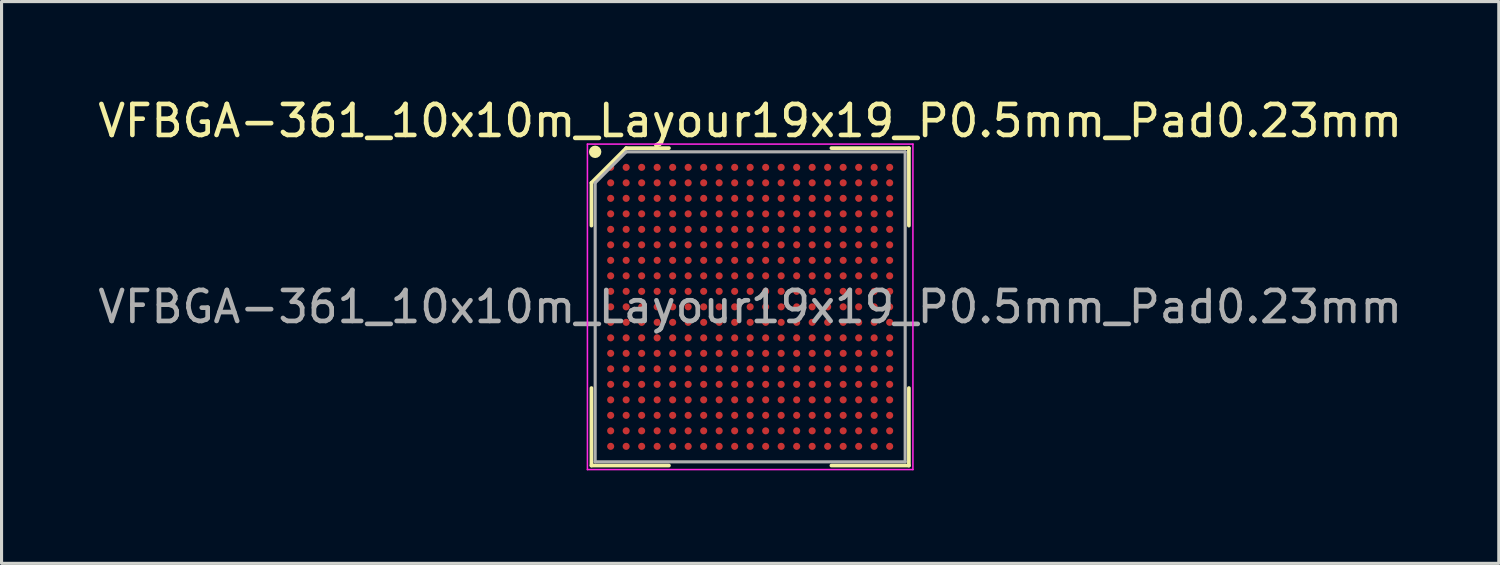
<source format=kicad_pcb>
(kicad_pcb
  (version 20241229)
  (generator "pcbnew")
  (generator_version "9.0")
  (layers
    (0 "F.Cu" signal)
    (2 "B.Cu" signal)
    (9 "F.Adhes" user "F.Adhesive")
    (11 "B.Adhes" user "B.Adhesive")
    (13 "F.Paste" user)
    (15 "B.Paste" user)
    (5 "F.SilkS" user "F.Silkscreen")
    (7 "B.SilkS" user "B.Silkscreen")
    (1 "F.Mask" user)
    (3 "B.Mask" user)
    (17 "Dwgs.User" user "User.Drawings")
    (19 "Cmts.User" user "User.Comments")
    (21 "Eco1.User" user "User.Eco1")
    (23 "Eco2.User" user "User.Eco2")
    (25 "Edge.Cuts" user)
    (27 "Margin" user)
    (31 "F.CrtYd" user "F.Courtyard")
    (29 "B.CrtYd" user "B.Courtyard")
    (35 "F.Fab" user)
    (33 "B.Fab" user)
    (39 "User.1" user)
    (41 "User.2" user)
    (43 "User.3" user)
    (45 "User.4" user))
  (footprint "VFBGA-361_10x10m_Layour19x19_P0.5mm_Pad0.23mm"
    (layer "F.Cu")
    (at 21.149 6.848)
    (property "Reference" "VFBGA-361_10x10m_Layour19x19_P0.5mm_Pad0.23mm" (at 0 -6 0) (layer "F.SilkS") (effects (font (size 1 1) (thickness 0.15))))
    (attr smd)
    (fp_line (start -5.12 -4) (end -5.12 -2.62) (stroke (width 0.12) (type default)) (layer "F.SilkS"))
    (fp_line (start -5.12 5.12) (end -5.12 2.62) (stroke (width 0.12) (type default)) (layer "F.SilkS"))
    (fp_line (start -4 -5.12) (end -5.12 -4) (stroke (width 0.12) (type default)) (layer "F.SilkS"))
    (fp_line (start -2.62 -5.12) (end -4 -5.12) (stroke (width 0.12) (type default)) (layer "F.SilkS"))
    (fp_line (start -2.62 5.12) (end -5.12 5.12) (stroke (width 0.12) (type default)) (layer "F.SilkS"))
    (fp_line (start 2.62 -5.12) (end 5.12 -5.12) (stroke (width 0.12) (type default)) (layer "F.SilkS"))
    (fp_line (start 2.62 5.12) (end 5.12 5.12) (stroke (width 0.12) (type default)) (layer "F.SilkS"))
    (fp_line (start 5.12 -5.12) (end 5.12 -2.62) (stroke (width 0.12) (type default)) (layer "F.SilkS"))
    (fp_line (start 5.12 5.12) (end 5.12 2.62) (stroke (width 0.12) (type default)) (layer "F.SilkS"))
    (fp_circle (center -5 -5) (end -5 -4.9) (stroke (width 0.2) (type default)) (fill no) (layer "F.SilkS"))
    (fp_line (start -5.25 -5.25) (end 5.25 -5.25) (stroke (width 0.05) (type default)) (layer "F.CrtYd"))
    (fp_line (start -5.25 5.25) (end -5.25 -5.25) (stroke (width 0.05) (type default)) (layer "F.CrtYd"))
    (fp_line (start 5.25 -5.25) (end 5.25 5.25) (stroke (width 0.05) (type default)) (layer "F.CrtYd"))
    (fp_line (start 5.25 5.25) (end -5.25 5.25) (stroke (width 0.05) (type default)) (layer "F.CrtYd"))
    (fp_line (start -5 -4) (end -5 5) (stroke (width 0.1) (type default)) (layer "F.Fab"))
    (fp_line (start -5 5) (end 5 5) (stroke (width 0.1) (type default)) (layer "F.Fab"))
    (fp_line (start -4 -5) (end -5 -4) (stroke (width 0.1) (type default)) (layer "F.Fab"))
    (fp_line (start 5 -5) (end -4 -5) (stroke (width 0.1) (type default)) (layer "F.Fab"))
    (fp_line (start 5 5) (end 5 -5) (stroke (width 0.1) (type default)) (layer "F.Fab"))
    (fp_text user "${REFERENCE}" (at 0 0 0) (layer "F.Fab") (effects (font (size 1 1) (thickness 0.15))))
    (pad "A1" smd circle (at -4.5 -4.5) (size 0.23 0.23) (layers "F.Cu" "F.Mask" "F.Paste"))
    (pad "A2" smd circle (at -4 -4.5) (size 0.23 0.23) (layers "F.Cu" "F.Mask" "F.Paste"))
    (pad "A3" smd circle (at -3.5 -4.5) (size 0.23 0.23) (layers "F.Cu" "F.Mask" "F.Paste"))
    (pad "A4" smd circle (at -3 -4.5) (size 0.23 0.23) (layers "F.Cu" "F.Mask" "F.Paste"))
    (pad "A5" smd circle (at -2.5 -4.5) (size 0.23 0.23) (layers "F.Cu" "F.Mask" "F.Paste"))
    (pad "A6" smd circle (at -2 -4.5) (size 0.23 0.23) (layers "F.Cu" "F.Mask" "F.Paste"))
    (pad "A7" smd circle (at -1.5 -4.5) (size 0.23 0.23) (layers "F.Cu" "F.Mask" "F.Paste"))
    (pad "A8" smd circle (at -1 -4.5) (size 0.23 0.23) (layers "F.Cu" "F.Mask" "F.Paste"))
    (pad "A9" smd circle (at -0.5 -4.5) (size 0.23 0.23) (layers "F.Cu" "F.Mask" "F.Paste"))
    (pad "A10" smd circle (at 0 -4.5) (size 0.23 0.23) (layers "F.Cu" "F.Mask" "F.Paste"))
    (pad "A11" smd circle (at 0.5 -4.5) (size 0.23 0.23) (layers "F.Cu" "F.Mask" "F.Paste"))
    (pad "A12" smd circle (at 1 -4.5) (size 0.23 0.23) (layers "F.Cu" "F.Mask" "F.Paste"))
    (pad "A13" smd circle (at 1.5 -4.5) (size 0.23 0.23) (layers "F.Cu" "F.Mask" "F.Paste"))
    (pad "A14" smd circle (at 2 -4.5) (size 0.23 0.23) (layers "F.Cu" "F.Mask" "F.Paste"))
    (pad "A15" smd circle (at 2.5 -4.5) (size 0.23 0.23) (layers "F.Cu" "F.Mask" "F.Paste"))
    (pad "A16" smd circle (at 3 -4.5) (size 0.23 0.23) (layers "F.Cu" "F.Mask" "F.Paste"))
    (pad "A17" smd circle (at 3.5 -4.5) (size 0.23 0.23) (layers "F.Cu" "F.Mask" "F.Paste"))
    (pad "A18" smd circle (at 4 -4.5) (size 0.23 0.23) (layers "F.Cu" "F.Mask" "F.Paste"))
    (pad "A19" smd circle (at 4.5 -4.5) (size 0.23 0.23) (layers "F.Cu" "F.Mask" "F.Paste"))
    (pad "B1" smd circle (at -4.5 -4) (size 0.23 0.23) (layers "F.Cu" "F.Mask" "F.Paste"))
    (pad "B2" smd circle (at -4 -4) (size 0.23 0.23) (layers "F.Cu" "F.Mask" "F.Paste"))
    (pad "B3" smd circle (at -3.5 -4) (size 0.23 0.23) (layers "F.Cu" "F.Mask" "F.Paste"))
    (pad "B4" smd circle (at -3 -4) (size 0.23 0.23) (layers "F.Cu" "F.Mask" "F.Paste"))
    (pad "B5" smd circle (at -2.5 -4) (size 0.23 0.23) (layers "F.Cu" "F.Mask" "F.Paste"))
    (pad "B6" smd circle (at -2 -4) (size 0.23 0.23) (layers "F.Cu" "F.Mask" "F.Paste"))
    (pad "B7" smd circle (at -1.5 -4) (size 0.23 0.23) (layers "F.Cu" "F.Mask" "F.Paste"))
    (pad "B8" smd circle (at -1 -4) (size 0.23 0.23) (layers "F.Cu" "F.Mask" "F.Paste"))
    (pad "B9" smd circle (at -0.5 -4) (size 0.23 0.23) (layers "F.Cu" "F.Mask" "F.Paste"))
    (pad "B10" smd circle (at 0 -4) (size 0.23 0.23) (layers "F.Cu" "F.Mask" "F.Paste"))
    (pad "B11" smd circle (at 0.5 -4) (size 0.23 0.23) (layers "F.Cu" "F.Mask" "F.Paste"))
    (pad "B12" smd circle (at 1 -4) (size 0.23 0.23) (layers "F.Cu" "F.Mask" "F.Paste"))
    (pad "B13" smd circle (at 1.5 -4) (size 0.23 0.23) (layers "F.Cu" "F.Mask" "F.Paste"))
    (pad "B14" smd circle (at 2 -4) (size 0.23 0.23) (layers "F.Cu" "F.Mask" "F.Paste"))
    (pad "B15" smd circle (at 2.5 -4) (size 0.23 0.23) (layers "F.Cu" "F.Mask" "F.Paste"))
    (pad "B16" smd circle (at 3 -4) (size 0.23 0.23) (layers "F.Cu" "F.Mask" "F.Paste"))
    (pad "B17" smd circle (at 3.5 -4) (size 0.23 0.23) (layers "F.Cu" "F.Mask" "F.Paste"))
    (pad "B18" smd circle (at 4 -4) (size 0.23 0.23) (layers "F.Cu" "F.Mask" "F.Paste"))
    (pad "B19" smd circle (at 4.5 -4) (size 0.23 0.23) (layers "F.Cu" "F.Mask" "F.Paste"))
    (pad "C1" smd circle (at -4.5 -3.5) (size 0.23 0.23) (layers "F.Cu" "F.Mask" "F.Paste"))
    (pad "C2" smd circle (at -4 -3.5) (size 0.23 0.23) (layers "F.Cu" "F.Mask" "F.Paste"))
    (pad "C3" smd circle (at -3.5 -3.5) (size 0.23 0.23) (layers "F.Cu" "F.Mask" "F.Paste"))
    (pad "C4" smd circle (at -3 -3.5) (size 0.23 0.23) (layers "F.Cu" "F.Mask" "F.Paste"))
    (pad "C5" smd circle (at -2.5 -3.5) (size 0.23 0.23) (layers "F.Cu" "F.Mask" "F.Paste"))
    (pad "C6" smd circle (at -2 -3.5) (size 0.23 0.23) (layers "F.Cu" "F.Mask" "F.Paste"))
    (pad "C7" smd circle (at -1.5 -3.5) (size 0.23 0.23) (layers "F.Cu" "F.Mask" "F.Paste"))
    (pad "C8" smd circle (at -1 -3.5) (size 0.23 0.23) (layers "F.Cu" "F.Mask" "F.Paste"))
    (pad "C9" smd circle (at -0.5 -3.5) (size 0.23 0.23) (layers "F.Cu" "F.Mask" "F.Paste"))
    (pad "C10" smd circle (at 0 -3.5) (size 0.23 0.23) (layers "F.Cu" "F.Mask" "F.Paste"))
    (pad "C11" smd circle (at 0.5 -3.5) (size 0.23 0.23) (layers "F.Cu" "F.Mask" "F.Paste"))
    (pad "C12" smd circle (at 1 -3.5) (size 0.23 0.23) (layers "F.Cu" "F.Mask" "F.Paste"))
    (pad "C13" smd circle (at 1.5 -3.5) (size 0.23 0.23) (layers "F.Cu" "F.Mask" "F.Paste"))
    (pad "C14" smd circle (at 2 -3.5) (size 0.23 0.23) (layers "F.Cu" "F.Mask" "F.Paste"))
    (pad "C15" smd circle (at 2.5 -3.5) (size 0.23 0.23) (layers "F.Cu" "F.Mask" "F.Paste"))
    (pad "C16" smd circle (at 3 -3.5) (size 0.23 0.23) (layers "F.Cu" "F.Mask" "F.Paste"))
    (pad "C17" smd circle (at 3.5 -3.5) (size 0.23 0.23) (layers "F.Cu" "F.Mask" "F.Paste"))
    (pad "C18" smd circle (at 4 -3.5) (size 0.23 0.23) (layers "F.Cu" "F.Mask" "F.Paste"))
    (pad "C19" smd circle (at 4.5 -3.5) (size 0.23 0.23) (layers "F.Cu" "F.Mask" "F.Paste"))
    (pad "D1" smd circle (at -4.5 -3) (size 0.23 0.23) (layers "F.Cu" "F.Mask" "F.Paste"))
    (pad "D2" smd circle (at -4 -3) (size 0.23 0.23) (layers "F.Cu" "F.Mask" "F.Paste"))
    (pad "D3" smd circle (at -3.5 -3) (size 0.23 0.23) (layers "F.Cu" "F.Mask" "F.Paste"))
    (pad "D4" smd circle (at -3 -3) (size 0.23 0.23) (layers "F.Cu" "F.Mask" "F.Paste"))
    (pad "D5" smd circle (at -2.5 -3) (size 0.23 0.23) (layers "F.Cu" "F.Mask" "F.Paste"))
    (pad "D6" smd circle (at -2 -3) (size 0.23 0.23) (layers "F.Cu" "F.Mask" "F.Paste"))
    (pad "D7" smd circle (at -1.5 -3) (size 0.23 0.23) (layers "F.Cu" "F.Mask" "F.Paste"))
    (pad "D8" smd circle (at -1 -3) (size 0.23 0.23) (layers "F.Cu" "F.Mask" "F.Paste"))
    (pad "D9" smd circle (at -0.5 -3) (size 0.23 0.23) (layers "F.Cu" "F.Mask" "F.Paste"))
    (pad "D10" smd circle (at 0 -3) (size 0.23 0.23) (layers "F.Cu" "F.Mask" "F.Paste"))
    (pad "D11" smd circle (at 0.5 -3) (size 0.23 0.23) (layers "F.Cu" "F.Mask" "F.Paste"))
    (pad "D12" smd circle (at 1 -3) (size 0.23 0.23) (layers "F.Cu" "F.Mask" "F.Paste"))
    (pad "D13" smd circle (at 1.5 -3) (size 0.23 0.23) (layers "F.Cu" "F.Mask" "F.Paste"))
    (pad "D14" smd circle (at 2 -3) (size 0.23 0.23) (layers "F.Cu" "F.Mask" "F.Paste"))
    (pad "D15" smd circle (at 2.5 -3) (size 0.23 0.23) (layers "F.Cu" "F.Mask" "F.Paste"))
    (pad "D16" smd circle (at 3 -3) (size 0.23 0.23) (layers "F.Cu" "F.Mask" "F.Paste"))
    (pad "D17" smd circle (at 3.5 -3) (size 0.23 0.23) (layers "F.Cu" "F.Mask" "F.Paste"))
    (pad "D18" smd circle (at 4 -3) (size 0.23 0.23) (layers "F.Cu" "F.Mask" "F.Paste"))
    (pad "D19" smd circle (at 4.5 -3) (size 0.23 0.23) (layers "F.Cu" "F.Mask" "F.Paste"))
    (pad "E1" smd circle (at -4.5 -2.5) (size 0.23 0.23) (layers "F.Cu" "F.Mask" "F.Paste"))
    (pad "E2" smd circle (at -4 -2.5) (size 0.23 0.23) (layers "F.Cu" "F.Mask" "F.Paste"))
    (pad "E3" smd circle (at -3.5 -2.5) (size 0.23 0.23) (layers "F.Cu" "F.Mask" "F.Paste"))
    (pad "E4" smd circle (at -3 -2.5) (size 0.23 0.23) (layers "F.Cu" "F.Mask" "F.Paste"))
    (pad "E5" smd circle (at -2.5 -2.5) (size 0.23 0.23) (layers "F.Cu" "F.Mask" "F.Paste"))
    (pad "E6" smd circle (at -2 -2.5) (size 0.23 0.23) (layers "F.Cu" "F.Mask" "F.Paste"))
    (pad "E7" smd circle (at -1.5 -2.5) (size 0.23 0.23) (layers "F.Cu" "F.Mask" "F.Paste"))
    (pad "E8" smd circle (at -1 -2.5) (size 0.23 0.23) (layers "F.Cu" "F.Mask" "F.Paste"))
    (pad "E9" smd circle (at -0.5 -2.5) (size 0.23 0.23) (layers "F.Cu" "F.Mask" "F.Paste"))
    (pad "E10" smd circle (at 0 -2.5) (size 0.23 0.23) (layers "F.Cu" "F.Mask" "F.Paste"))
    (pad "E11" smd circle (at 0.5 -2.5) (size 0.23 0.23) (layers "F.Cu" "F.Mask" "F.Paste"))
    (pad "E12" smd circle (at 1 -2.5) (size 0.23 0.23) (layers "F.Cu" "F.Mask" "F.Paste"))
    (pad "E13" smd circle (at 1.5 -2.5) (size 0.23 0.23) (layers "F.Cu" "F.Mask" "F.Paste"))
    (pad "E14" smd circle (at 2 -2.5) (size 0.23 0.23) (layers "F.Cu" "F.Mask" "F.Paste"))
    (pad "E15" smd circle (at 2.5 -2.5) (size 0.23 0.23) (layers "F.Cu" "F.Mask" "F.Paste"))
    (pad "E16" smd circle (at 3 -2.5) (size 0.23 0.23) (layers "F.Cu" "F.Mask" "F.Paste"))
    (pad "E17" smd circle (at 3.5 -2.5) (size 0.23 0.23) (layers "F.Cu" "F.Mask" "F.Paste"))
    (pad "E18" smd circle (at 4 -2.5) (size 0.23 0.23) (layers "F.Cu" "F.Mask" "F.Paste"))
    (pad "E19" smd circle (at 4.5 -2.5) (size 0.23 0.23) (layers "F.Cu" "F.Mask" "F.Paste"))
    (pad "F1" smd circle (at -4.5 -2) (size 0.23 0.23) (layers "F.Cu" "F.Mask" "F.Paste"))
    (pad "F2" smd circle (at -4 -2) (size 0.23 0.23) (layers "F.Cu" "F.Mask" "F.Paste"))
    (pad "F3" smd circle (at -3.5 -2) (size 0.23 0.23) (layers "F.Cu" "F.Mask" "F.Paste"))
    (pad "F4" smd circle (at -3 -2) (size 0.23 0.23) (layers "F.Cu" "F.Mask" "F.Paste"))
    (pad "F5" smd circle (at -2.5 -2) (size 0.23 0.23) (layers "F.Cu" "F.Mask" "F.Paste"))
    (pad "F6" smd circle (at -2 -2) (size 0.23 0.23) (layers "F.Cu" "F.Mask" "F.Paste"))
    (pad "F7" smd circle (at -1.5 -2) (size 0.23 0.23) (layers "F.Cu" "F.Mask" "F.Paste"))
    (pad "F8" smd circle (at -1 -2) (size 0.23 0.23) (layers "F.Cu" "F.Mask" "F.Paste"))
    (pad "F9" smd circle (at -0.5 -2) (size 0.23 0.23) (layers "F.Cu" "F.Mask" "F.Paste"))
    (pad "F10" smd circle (at 0 -2) (size 0.23 0.23) (layers "F.Cu" "F.Mask" "F.Paste"))
    (pad "F11" smd circle (at 0.5 -2) (size 0.23 0.23) (layers "F.Cu" "F.Mask" "F.Paste"))
    (pad "F12" smd circle (at 1 -2) (size 0.23 0.23) (layers "F.Cu" "F.Mask" "F.Paste"))
    (pad "F13" smd circle (at 1.5 -2) (size 0.23 0.23) (layers "F.Cu" "F.Mask" "F.Paste"))
    (pad "F14" smd circle (at 2 -2) (size 0.23 0.23) (layers "F.Cu" "F.Mask" "F.Paste"))
    (pad "F15" smd circle (at 2.5 -2) (size 0.23 0.23) (layers "F.Cu" "F.Mask" "F.Paste"))
    (pad "F16" smd circle (at 3 -2) (size 0.23 0.23) (layers "F.Cu" "F.Mask" "F.Paste"))
    (pad "F17" smd circle (at 3.5 -2) (size 0.23 0.23) (layers "F.Cu" "F.Mask" "F.Paste"))
    (pad "F18" smd circle (at 4 -2) (size 0.23 0.23) (layers "F.Cu" "F.Mask" "F.Paste"))
    (pad "F19" smd circle (at 4.5 -2) (size 0.23 0.23) (layers "F.Cu" "F.Mask" "F.Paste"))
    (pad "G1" smd circle (at -4.5 -1.5) (size 0.23 0.23) (layers "F.Cu" "F.Mask" "F.Paste"))
    (pad "G2" smd circle (at -4 -1.5) (size 0.23 0.23) (layers "F.Cu" "F.Mask" "F.Paste"))
    (pad "G3" smd circle (at -3.5 -1.5) (size 0.23 0.23) (layers "F.Cu" "F.Mask" "F.Paste"))
    (pad "G4" smd circle (at -3 -1.5) (size 0.23 0.23) (layers "F.Cu" "F.Mask" "F.Paste"))
    (pad "G5" smd circle (at -2.5 -1.5) (size 0.23 0.23) (layers "F.Cu" "F.Mask" "F.Paste"))
    (pad "G6" smd circle (at -2 -1.5) (size 0.23 0.23) (layers "F.Cu" "F.Mask" "F.Paste"))
    (pad "G7" smd circle (at -1.5 -1.5) (size 0.23 0.23) (layers "F.Cu" "F.Mask" "F.Paste"))
    (pad "G8" smd circle (at -1 -1.5) (size 0.23 0.23) (layers "F.Cu" "F.Mask" "F.Paste"))
    (pad "G9" smd circle (at -0.5 -1.5) (size 0.23 0.23) (layers "F.Cu" "F.Mask" "F.Paste"))
    (pad "G10" smd circle (at 0 -1.5) (size 0.23 0.23) (layers "F.Cu" "F.Mask" "F.Paste"))
    (pad "G11" smd circle (at 0.5 -1.5) (size 0.23 0.23) (layers "F.Cu" "F.Mask" "F.Paste"))
    (pad "G12" smd circle (at 1 -1.5) (size 0.23 0.23) (layers "F.Cu" "F.Mask" "F.Paste"))
    (pad "G13" smd circle (at 1.5 -1.5) (size 0.23 0.23) (layers "F.Cu" "F.Mask" "F.Paste"))
    (pad "G14" smd circle (at 2 -1.5) (size 0.23 0.23) (layers "F.Cu" "F.Mask" "F.Paste"))
    (pad "G15" smd circle (at 2.5 -1.5) (size 0.23 0.23) (layers "F.Cu" "F.Mask" "F.Paste"))
    (pad "G16" smd circle (at 3 -1.5) (size 0.23 0.23) (layers "F.Cu" "F.Mask" "F.Paste"))
    (pad "G17" smd circle (at 3.5 -1.5) (size 0.23 0.23) (layers "F.Cu" "F.Mask" "F.Paste"))
    (pad "G18" smd circle (at 4 -1.5) (size 0.23 0.23) (layers "F.Cu" "F.Mask" "F.Paste"))
    (pad "G19" smd circle (at 4.5 -1.5) (size 0.23 0.23) (layers "F.Cu" "F.Mask" "F.Paste"))
    (pad "H1" smd circle (at -4.5 -1) (size 0.23 0.23) (layers "F.Cu" "F.Mask" "F.Paste"))
    (pad "H2" smd circle (at -4 -1) (size 0.23 0.23) (layers "F.Cu" "F.Mask" "F.Paste"))
    (pad "H3" smd circle (at -3.5 -1) (size 0.23 0.23) (layers "F.Cu" "F.Mask" "F.Paste"))
    (pad "H4" smd circle (at -3 -1) (size 0.23 0.23) (layers "F.Cu" "F.Mask" "F.Paste"))
    (pad "H5" smd circle (at -2.5 -1) (size 0.23 0.23) (layers "F.Cu" "F.Mask" "F.Paste"))
    (pad "H6" smd circle (at -2 -1) (size 0.23 0.23) (layers "F.Cu" "F.Mask" "F.Paste"))
    (pad "H7" smd circle (at -1.5 -1) (size 0.23 0.23) (layers "F.Cu" "F.Mask" "F.Paste"))
    (pad "H8" smd circle (at -1 -1) (size 0.23 0.23) (layers "F.Cu" "F.Mask" "F.Paste"))
    (pad "H9" smd circle (at -0.5 -1) (size 0.23 0.23) (layers "F.Cu" "F.Mask" "F.Paste"))
    (pad "H10" smd circle (at 0 -1) (size 0.23 0.23) (layers "F.Cu" "F.Mask" "F.Paste"))
    (pad "H11" smd circle (at 0.5 -1) (size 0.23 0.23) (layers "F.Cu" "F.Mask" "F.Paste"))
    (pad "H12" smd circle (at 1 -1) (size 0.23 0.23) (layers "F.Cu" "F.Mask" "F.Paste"))
    (pad "H13" smd circle (at 1.5 -1) (size 0.23 0.23) (layers "F.Cu" "F.Mask" "F.Paste"))
    (pad "H14" smd circle (at 2 -1) (size 0.23 0.23) (layers "F.Cu" "F.Mask" "F.Paste"))
    (pad "H15" smd circle (at 2.5 -1) (size 0.23 0.23) (layers "F.Cu" "F.Mask" "F.Paste"))
    (pad "H16" smd circle (at 3 -1) (size 0.23 0.23) (layers "F.Cu" "F.Mask" "F.Paste"))
    (pad "H17" smd circle (at 3.5 -1) (size 0.23 0.23) (layers "F.Cu" "F.Mask" "F.Paste"))
    (pad "H18" smd circle (at 4 -1) (size 0.23 0.23) (layers "F.Cu" "F.Mask" "F.Paste"))
    (pad "H19" smd circle (at 4.5 -1) (size 0.23 0.23) (layers "F.Cu" "F.Mask" "F.Paste"))
    (pad "J1" smd circle (at -4.5 -0.5) (size 0.23 0.23) (layers "F.Cu" "F.Mask" "F.Paste"))
    (pad "J2" smd circle (at -4 -0.5) (size 0.23 0.23) (layers "F.Cu" "F.Mask" "F.Paste"))
    (pad "J3" smd circle (at -3.5 -0.5) (size 0.23 0.23) (layers "F.Cu" "F.Mask" "F.Paste"))
    (pad "J4" smd circle (at -3 -0.5) (size 0.23 0.23) (layers "F.Cu" "F.Mask" "F.Paste"))
    (pad "J5" smd circle (at -2.5 -0.5) (size 0.23 0.23) (layers "F.Cu" "F.Mask" "F.Paste"))
    (pad "J6" smd circle (at -2 -0.5) (size 0.23 0.23) (layers "F.Cu" "F.Mask" "F.Paste"))
    (pad "J7" smd circle (at -1.5 -0.5) (size 0.23 0.23) (layers "F.Cu" "F.Mask" "F.Paste"))
    (pad "J8" smd circle (at -1 -0.5) (size 0.23 0.23) (layers "F.Cu" "F.Mask" "F.Paste"))
    (pad "J9" smd circle (at -0.5 -0.5) (size 0.23 0.23) (layers "F.Cu" "F.Mask" "F.Paste"))
    (pad "J10" smd circle (at 0 -0.5) (size 0.23 0.23) (layers "F.Cu" "F.Mask" "F.Paste"))
    (pad "J11" smd circle (at 0.5 -0.5) (size 0.23 0.23) (layers "F.Cu" "F.Mask" "F.Paste"))
    (pad "J12" smd circle (at 1 -0.5) (size 0.23 0.23) (layers "F.Cu" "F.Mask" "F.Paste"))
    (pad "J13" smd circle (at 1.5 -0.5) (size 0.23 0.23) (layers "F.Cu" "F.Mask" "F.Paste"))
    (pad "J14" smd circle (at 2 -0.5) (size 0.23 0.23) (layers "F.Cu" "F.Mask" "F.Paste"))
    (pad "J15" smd circle (at 2.5 -0.5) (size 0.23 0.23) (layers "F.Cu" "F.Mask" "F.Paste"))
    (pad "J16" smd circle (at 3 -0.5) (size 0.23 0.23) (layers "F.Cu" "F.Mask" "F.Paste"))
    (pad "J17" smd circle (at 3.5 -0.5) (size 0.23 0.23) (layers "F.Cu" "F.Mask" "F.Paste"))
    (pad "J18" smd circle (at 4 -0.5) (size 0.23 0.23) (layers "F.Cu" "F.Mask" "F.Paste"))
    (pad "J19" smd circle (at 4.5 -0.5) (size 0.23 0.23) (layers "F.Cu" "F.Mask" "F.Paste"))
    (pad "K1" smd circle (at -4.5 0) (size 0.23 0.23) (layers "F.Cu" "F.Mask" "F.Paste"))
    (pad "K2" smd circle (at -4 0) (size 0.23 0.23) (layers "F.Cu" "F.Mask" "F.Paste"))
    (pad "K3" smd circle (at -3.5 0) (size 0.23 0.23) (layers "F.Cu" "F.Mask" "F.Paste"))
    (pad "K4" smd circle (at -3 0) (size 0.23 0.23) (layers "F.Cu" "F.Mask" "F.Paste"))
    (pad "K5" smd circle (at -2.5 0) (size 0.23 0.23) (layers "F.Cu" "F.Mask" "F.Paste"))
    (pad "K6" smd circle (at -2 0) (size 0.23 0.23) (layers "F.Cu" "F.Mask" "F.Paste"))
    (pad "K7" smd circle (at -1.5 0) (size 0.23 0.23) (layers "F.Cu" "F.Mask" "F.Paste"))
    (pad "K8" smd circle (at -1 0) (size 0.23 0.23) (layers "F.Cu" "F.Mask" "F.Paste"))
    (pad "K9" smd circle (at -0.5 0) (size 0.23 0.23) (layers "F.Cu" "F.Mask" "F.Paste"))
    (pad "K10" smd circle (at 0 0) (size 0.23 0.23) (layers "F.Cu" "F.Mask" "F.Paste"))
    (pad "K11" smd circle (at 0.5 0) (size 0.23 0.23) (layers "F.Cu" "F.Mask" "F.Paste"))
    (pad "K12" smd circle (at 1 0) (size 0.23 0.23) (layers "F.Cu" "F.Mask" "F.Paste"))
    (pad "K13" smd circle (at 1.5 0) (size 0.23 0.23) (layers "F.Cu" "F.Mask" "F.Paste"))
    (pad "K14" smd circle (at 2 0) (size 0.23 0.23) (layers "F.Cu" "F.Mask" "F.Paste"))
    (pad "K15" smd circle (at 2.5 0) (size 0.23 0.23) (layers "F.Cu" "F.Mask" "F.Paste"))
    (pad "K16" smd circle (at 3 0) (size 0.23 0.23) (layers "F.Cu" "F.Mask" "F.Paste"))
    (pad "K17" smd circle (at 3.5 0) (size 0.23 0.23) (layers "F.Cu" "F.Mask" "F.Paste"))
    (pad "K18" smd circle (at 4 0) (size 0.23 0.23) (layers "F.Cu" "F.Mask" "F.Paste"))
    (pad "K19" smd circle (at 4.5 0) (size 0.23 0.23) (layers "F.Cu" "F.Mask" "F.Paste"))
    (pad "L1" smd circle (at -4.5 0.5) (size 0.23 0.23) (layers "F.Cu" "F.Mask" "F.Paste"))
    (pad "L2" smd circle (at -4 0.5) (size 0.23 0.23) (layers "F.Cu" "F.Mask" "F.Paste"))
    (pad "L3" smd circle (at -3.5 0.5) (size 0.23 0.23) (layers "F.Cu" "F.Mask" "F.Paste"))
    (pad "L4" smd circle (at -3 0.5) (size 0.23 0.23) (layers "F.Cu" "F.Mask" "F.Paste"))
    (pad "L5" smd circle (at -2.5 0.5) (size 0.23 0.23) (layers "F.Cu" "F.Mask" "F.Paste"))
    (pad "L6" smd circle (at -2 0.5) (size 0.23 0.23) (layers "F.Cu" "F.Mask" "F.Paste"))
    (pad "L7" smd circle (at -1.5 0.5) (size 0.23 0.23) (layers "F.Cu" "F.Mask" "F.Paste"))
    (pad "L8" smd circle (at -1 0.5) (size 0.23 0.23) (layers "F.Cu" "F.Mask" "F.Paste"))
    (pad "L9" smd circle (at -0.5 0.5) (size 0.23 0.23) (layers "F.Cu" "F.Mask" "F.Paste"))
    (pad "L10" smd circle (at 0 0.5) (size 0.23 0.23) (layers "F.Cu" "F.Mask" "F.Paste"))
    (pad "L11" smd circle (at 0.5 0.5) (size 0.23 0.23) (layers "F.Cu" "F.Mask" "F.Paste"))
    (pad "L12" smd circle (at 1 0.5) (size 0.23 0.23) (layers "F.Cu" "F.Mask" "F.Paste"))
    (pad "L13" smd circle (at 1.5 0.5) (size 0.23 0.23) (layers "F.Cu" "F.Mask" "F.Paste"))
    (pad "L14" smd circle (at 2 0.5) (size 0.23 0.23) (layers "F.Cu" "F.Mask" "F.Paste"))
    (pad "L15" smd circle (at 2.5 0.5) (size 0.23 0.23) (layers "F.Cu" "F.Mask" "F.Paste"))
    (pad "L16" smd circle (at 3 0.5) (size 0.23 0.23) (layers "F.Cu" "F.Mask" "F.Paste"))
    (pad "L17" smd circle (at 3.5 0.5) (size 0.23 0.23) (layers "F.Cu" "F.Mask" "F.Paste"))
    (pad "L18" smd circle (at 4 0.5) (size 0.23 0.23) (layers "F.Cu" "F.Mask" "F.Paste"))
    (pad "L19" smd circle (at 4.5 0.5) (size 0.23 0.23) (layers "F.Cu" "F.Mask" "F.Paste"))
    (pad "M1" smd circle (at -4.5 1) (size 0.23 0.23) (layers "F.Cu" "F.Mask" "F.Paste"))
    (pad "M2" smd circle (at -4 1) (size 0.23 0.23) (layers "F.Cu" "F.Mask" "F.Paste"))
    (pad "M3" smd circle (at -3.5 1) (size 0.23 0.23) (layers "F.Cu" "F.Mask" "F.Paste"))
    (pad "M4" smd circle (at -3 1) (size 0.23 0.23) (layers "F.Cu" "F.Mask" "F.Paste"))
    (pad "M5" smd circle (at -2.5 1) (size 0.23 0.23) (layers "F.Cu" "F.Mask" "F.Paste"))
    (pad "M6" smd circle (at -2 1) (size 0.23 0.23) (layers "F.Cu" "F.Mask" "F.Paste"))
    (pad "M7" smd circle (at -1.5 1) (size 0.23 0.23) (layers "F.Cu" "F.Mask" "F.Paste"))
    (pad "M8" smd circle (at -1 1) (size 0.23 0.23) (layers "F.Cu" "F.Mask" "F.Paste"))
    (pad "M9" smd circle (at -0.5 1) (size 0.23 0.23) (layers "F.Cu" "F.Mask" "F.Paste"))
    (pad "M10" smd circle (at 0 1) (size 0.23 0.23) (layers "F.Cu" "F.Mask" "F.Paste"))
    (pad "M11" smd circle (at 0.5 1) (size 0.23 0.23) (layers "F.Cu" "F.Mask" "F.Paste"))
    (pad "M12" smd circle (at 1 1) (size 0.23 0.23) (layers "F.Cu" "F.Mask" "F.Paste"))
    (pad "M13" smd circle (at 1.5 1) (size 0.23 0.23) (layers "F.Cu" "F.Mask" "F.Paste"))
    (pad "M14" smd circle (at 2 1) (size 0.23 0.23) (layers "F.Cu" "F.Mask" "F.Paste"))
    (pad "M15" smd circle (at 2.5 1) (size 0.23 0.23) (layers "F.Cu" "F.Mask" "F.Paste"))
    (pad "M16" smd circle (at 3 1) (size 0.23 0.23) (layers "F.Cu" "F.Mask" "F.Paste"))
    (pad "M17" smd circle (at 3.5 1) (size 0.23 0.23) (layers "F.Cu" "F.Mask" "F.Paste"))
    (pad "M18" smd circle (at 4 1) (size 0.23 0.23) (layers "F.Cu" "F.Mask" "F.Paste"))
    (pad "M19" smd circle (at 4.5 1) (size 0.23 0.23) (layers "F.Cu" "F.Mask" "F.Paste"))
    (pad "N1" smd circle (at -4.5 1.5) (size 0.23 0.23) (layers "F.Cu" "F.Mask" "F.Paste"))
    (pad "N2" smd circle (at -4 1.5) (size 0.23 0.23) (layers "F.Cu" "F.Mask" "F.Paste"))
    (pad "N3" smd circle (at -3.5 1.5) (size 0.23 0.23) (layers "F.Cu" "F.Mask" "F.Paste"))
    (pad "N4" smd circle (at -3 1.5) (size 0.23 0.23) (layers "F.Cu" "F.Mask" "F.Paste"))
    (pad "N5" smd circle (at -2.5 1.5) (size 0.23 0.23) (layers "F.Cu" "F.Mask" "F.Paste"))
    (pad "N6" smd circle (at -2 1.5) (size 0.23 0.23) (layers "F.Cu" "F.Mask" "F.Paste"))
    (pad "N7" smd circle (at -1.5 1.5) (size 0.23 0.23) (layers "F.Cu" "F.Mask" "F.Paste"))
    (pad "N8" smd circle (at -1 1.5) (size 0.23 0.23) (layers "F.Cu" "F.Mask" "F.Paste"))
    (pad "N9" smd circle (at -0.5 1.5) (size 0.23 0.23) (layers "F.Cu" "F.Mask" "F.Paste"))
    (pad "N10" smd circle (at 0 1.5) (size 0.23 0.23) (layers "F.Cu" "F.Mask" "F.Paste"))
    (pad "N11" smd circle (at 0.5 1.5) (size 0.23 0.23) (layers "F.Cu" "F.Mask" "F.Paste"))
    (pad "N12" smd circle (at 1 1.5) (size 0.23 0.23) (layers "F.Cu" "F.Mask" "F.Paste"))
    (pad "N13" smd circle (at 1.5 1.5) (size 0.23 0.23) (layers "F.Cu" "F.Mask" "F.Paste"))
    (pad "N14" smd circle (at 2 1.5) (size 0.23 0.23) (layers "F.Cu" "F.Mask" "F.Paste"))
    (pad "N15" smd circle (at 2.5 1.5) (size 0.23 0.23) (layers "F.Cu" "F.Mask" "F.Paste"))
    (pad "N16" smd circle (at 3 1.5) (size 0.23 0.23) (layers "F.Cu" "F.Mask" "F.Paste"))
    (pad "N17" smd circle (at 3.5 1.5) (size 0.23 0.23) (layers "F.Cu" "F.Mask" "F.Paste"))
    (pad "N18" smd circle (at 4 1.5) (size 0.23 0.23) (layers "F.Cu" "F.Mask" "F.Paste"))
    (pad "N19" smd circle (at 4.5 1.5) (size 0.23 0.23) (layers "F.Cu" "F.Mask" "F.Paste"))
    (pad "P1" smd circle (at -4.5 2) (size 0.23 0.23) (layers "F.Cu" "F.Mask" "F.Paste"))
    (pad "P2" smd circle (at -4 2) (size 0.23 0.23) (layers "F.Cu" "F.Mask" "F.Paste"))
    (pad "P3" smd circle (at -3.5 2) (size 0.23 0.23) (layers "F.Cu" "F.Mask" "F.Paste"))
    (pad "P4" smd circle (at -3 2) (size 0.23 0.23) (layers "F.Cu" "F.Mask" "F.Paste"))
    (pad "P5" smd circle (at -2.5 2) (size 0.23 0.23) (layers "F.Cu" "F.Mask" "F.Paste"))
    (pad "P6" smd circle (at -2 2) (size 0.23 0.23) (layers "F.Cu" "F.Mask" "F.Paste"))
    (pad "P7" smd circle (at -1.5 2) (size 0.23 0.23) (layers "F.Cu" "F.Mask" "F.Paste"))
    (pad "P8" smd circle (at -1 2) (size 0.23 0.23) (layers "F.Cu" "F.Mask" "F.Paste"))
    (pad "P9" smd circle (at -0.5 2) (size 0.23 0.23) (layers "F.Cu" "F.Mask" "F.Paste"))
    (pad "P10" smd circle (at 0 2) (size 0.23 0.23) (layers "F.Cu" "F.Mask" "F.Paste"))
    (pad "P11" smd circle (at 0.5 2) (size 0.23 0.23) (layers "F.Cu" "F.Mask" "F.Paste"))
    (pad "P12" smd circle (at 1 2) (size 0.23 0.23) (layers "F.Cu" "F.Mask" "F.Paste"))
    (pad "P13" smd circle (at 1.5 2) (size 0.23 0.23) (layers "F.Cu" "F.Mask" "F.Paste"))
    (pad "P14" smd circle (at 2 2) (size 0.23 0.23) (layers "F.Cu" "F.Mask" "F.Paste"))
    (pad "P15" smd circle (at 2.5 2) (size 0.23 0.23) (layers "F.Cu" "F.Mask" "F.Paste"))
    (pad "P16" smd circle (at 3 2) (size 0.23 0.23) (layers "F.Cu" "F.Mask" "F.Paste"))
    (pad "P17" smd circle (at 3.5 2) (size 0.23 0.23) (layers "F.Cu" "F.Mask" "F.Paste"))
    (pad "P18" smd circle (at 4 2) (size 0.23 0.23) (layers "F.Cu" "F.Mask" "F.Paste"))
    (pad "P19" smd circle (at 4.5 2) (size 0.23 0.23) (layers "F.Cu" "F.Mask" "F.Paste"))
    (pad "R1" smd circle (at -4.5 2.5) (size 0.23 0.23) (layers "F.Cu" "F.Mask" "F.Paste"))
    (pad "R2" smd circle (at -4 2.5) (size 0.23 0.23) (layers "F.Cu" "F.Mask" "F.Paste"))
    (pad "R3" smd circle (at -3.5 2.5) (size 0.23 0.23) (layers "F.Cu" "F.Mask" "F.Paste"))
    (pad "R4" smd circle (at -3 2.5) (size 0.23 0.23) (layers "F.Cu" "F.Mask" "F.Paste"))
    (pad "R5" smd circle (at -2.5 2.5) (size 0.23 0.23) (layers "F.Cu" "F.Mask" "F.Paste"))
    (pad "R6" smd circle (at -2 2.5) (size 0.23 0.23) (layers "F.Cu" "F.Mask" "F.Paste"))
    (pad "R7" smd circle (at -1.5 2.5) (size 0.23 0.23) (layers "F.Cu" "F.Mask" "F.Paste"))
    (pad "R8" smd circle (at -1 2.5) (size 0.23 0.23) (layers "F.Cu" "F.Mask" "F.Paste"))
    (pad "R9" smd circle (at -0.5 2.5) (size 0.23 0.23) (layers "F.Cu" "F.Mask" "F.Paste"))
    (pad "R10" smd circle (at 0 2.5) (size 0.23 0.23) (layers "F.Cu" "F.Mask" "F.Paste"))
    (pad "R11" smd circle (at 0.5 2.5) (size 0.23 0.23) (layers "F.Cu" "F.Mask" "F.Paste"))
    (pad "R12" smd circle (at 1 2.5) (size 0.23 0.23) (layers "F.Cu" "F.Mask" "F.Paste"))
    (pad "R13" smd circle (at 1.5 2.5) (size 0.23 0.23) (layers "F.Cu" "F.Mask" "F.Paste"))
    (pad "R14" smd circle (at 2 2.5) (size 0.23 0.23) (layers "F.Cu" "F.Mask" "F.Paste"))
    (pad "R15" smd circle (at 2.5 2.5) (size 0.23 0.23) (layers "F.Cu" "F.Mask" "F.Paste"))
    (pad "R16" smd circle (at 3 2.5) (size 0.23 0.23) (layers "F.Cu" "F.Mask" "F.Paste"))
    (pad "R17" smd circle (at 3.5 2.5) (size 0.23 0.23) (layers "F.Cu" "F.Mask" "F.Paste"))
    (pad "R18" smd circle (at 4 2.5) (size 0.23 0.23) (layers "F.Cu" "F.Mask" "F.Paste"))
    (pad "R19" smd circle (at 4.5 2.5) (size 0.23 0.23) (layers "F.Cu" "F.Mask" "F.Paste"))
    (pad "T1" smd circle (at -4.5 3) (size 0.23 0.23) (layers "F.Cu" "F.Mask" "F.Paste"))
    (pad "T2" smd circle (at -4 3) (size 0.23 0.23) (layers "F.Cu" "F.Mask" "F.Paste"))
    (pad "T3" smd circle (at -3.5 3) (size 0.23 0.23) (layers "F.Cu" "F.Mask" "F.Paste"))
    (pad "T4" smd circle (at -3 3) (size 0.23 0.23) (layers "F.Cu" "F.Mask" "F.Paste"))
    (pad "T5" smd circle (at -2.5 3) (size 0.23 0.23) (layers "F.Cu" "F.Mask" "F.Paste"))
    (pad "T6" smd circle (at -2 3) (size 0.23 0.23) (layers "F.Cu" "F.Mask" "F.Paste"))
    (pad "T7" smd circle (at -1.5 3) (size 0.23 0.23) (layers "F.Cu" "F.Mask" "F.Paste"))
    (pad "T8" smd circle (at -1 3) (size 0.23 0.23) (layers "F.Cu" "F.Mask" "F.Paste"))
    (pad "T9" smd circle (at -0.5 3) (size 0.23 0.23) (layers "F.Cu" "F.Mask" "F.Paste"))
    (pad "T10" smd circle (at 0 3) (size 0.23 0.23) (layers "F.Cu" "F.Mask" "F.Paste"))
    (pad "T11" smd circle (at 0.5 3) (size 0.23 0.23) (layers "F.Cu" "F.Mask" "F.Paste"))
    (pad "T12" smd circle (at 1 3) (size 0.23 0.23) (layers "F.Cu" "F.Mask" "F.Paste"))
    (pad "T13" smd circle (at 1.5 3) (size 0.23 0.23) (layers "F.Cu" "F.Mask" "F.Paste"))
    (pad "T14" smd circle (at 2 3) (size 0.23 0.23) (layers "F.Cu" "F.Mask" "F.Paste"))
    (pad "T15" smd circle (at 2.5 3) (size 0.23 0.23) (layers "F.Cu" "F.Mask" "F.Paste"))
    (pad "T16" smd circle (at 3 3) (size 0.23 0.23) (layers "F.Cu" "F.Mask" "F.Paste"))
    (pad "T17" smd circle (at 3.5 3) (size 0.23 0.23) (layers "F.Cu" "F.Mask" "F.Paste"))
    (pad "T18" smd circle (at 4 3) (size 0.23 0.23) (layers "F.Cu" "F.Mask" "F.Paste"))
    (pad "T19" smd circle (at 4.5 3) (size 0.23 0.23) (layers "F.Cu" "F.Mask" "F.Paste"))
    (pad "U1" smd circle (at -4.5 3.5) (size 0.23 0.23) (layers "F.Cu" "F.Mask" "F.Paste"))
    (pad "U2" smd circle (at -4 3.5) (size 0.23 0.23) (layers "F.Cu" "F.Mask" "F.Paste"))
    (pad "U3" smd circle (at -3.5 3.5) (size 0.23 0.23) (layers "F.Cu" "F.Mask" "F.Paste"))
    (pad "U4" smd circle (at -3 3.5) (size 0.23 0.23) (layers "F.Cu" "F.Mask" "F.Paste"))
    (pad "U5" smd circle (at -2.5 3.5) (size 0.23 0.23) (layers "F.Cu" "F.Mask" "F.Paste"))
    (pad "U6" smd circle (at -2 3.5) (size 0.23 0.23) (layers "F.Cu" "F.Mask" "F.Paste"))
    (pad "U7" smd circle (at -1.5 3.5) (size 0.23 0.23) (layers "F.Cu" "F.Mask" "F.Paste"))
    (pad "U8" smd circle (at -1 3.5) (size 0.23 0.23) (layers "F.Cu" "F.Mask" "F.Paste"))
    (pad "U9" smd circle (at -0.5 3.5) (size 0.23 0.23) (layers "F.Cu" "F.Mask" "F.Paste"))
    (pad "U10" smd circle (at 0 3.5) (size 0.23 0.23) (layers "F.Cu" "F.Mask" "F.Paste"))
    (pad "U11" smd circle (at 0.5 3.5) (size 0.23 0.23) (layers "F.Cu" "F.Mask" "F.Paste"))
    (pad "U12" smd circle (at 1 3.5) (size 0.23 0.23) (layers "F.Cu" "F.Mask" "F.Paste"))
    (pad "U13" smd circle (at 1.5 3.5) (size 0.23 0.23) (layers "F.Cu" "F.Mask" "F.Paste"))
    (pad "U14" smd circle (at 2 3.5) (size 0.23 0.23) (layers "F.Cu" "F.Mask" "F.Paste"))
    (pad "U15" smd circle (at 2.5 3.5) (size 0.23 0.23) (layers "F.Cu" "F.Mask" "F.Paste"))
    (pad "U16" smd circle (at 3 3.5) (size 0.23 0.23) (layers "F.Cu" "F.Mask" "F.Paste"))
    (pad "U17" smd circle (at 3.5 3.5) (size 0.23 0.23) (layers "F.Cu" "F.Mask" "F.Paste"))
    (pad "U18" smd circle (at 4 3.5) (size 0.23 0.23) (layers "F.Cu" "F.Mask" "F.Paste"))
    (pad "U19" smd circle (at 4.5 3.5) (size 0.23 0.23) (layers "F.Cu" "F.Mask" "F.Paste"))
    (pad "V1" smd circle (at -4.5 4) (size 0.23 0.23) (layers "F.Cu" "F.Mask" "F.Paste"))
    (pad "V2" smd circle (at -4 4) (size 0.23 0.23) (layers "F.Cu" "F.Mask" "F.Paste"))
    (pad "V3" smd circle (at -3.5 4) (size 0.23 0.23) (layers "F.Cu" "F.Mask" "F.Paste"))
    (pad "V4" smd circle (at -3 4) (size 0.23 0.23) (layers "F.Cu" "F.Mask" "F.Paste"))
    (pad "V5" smd circle (at -2.5 4) (size 0.23 0.23) (layers "F.Cu" "F.Mask" "F.Paste"))
    (pad "V6" smd circle (at -2 4) (size 0.23 0.23) (layers "F.Cu" "F.Mask" "F.Paste"))
    (pad "V7" smd circle (at -1.5 4) (size 0.23 0.23) (layers "F.Cu" "F.Mask" "F.Paste"))
    (pad "V8" smd circle (at -1 4) (size 0.23 0.23) (layers "F.Cu" "F.Mask" "F.Paste"))
    (pad "V9" smd circle (at -0.5 4) (size 0.23 0.23) (layers "F.Cu" "F.Mask" "F.Paste"))
    (pad "V10" smd circle (at 0 4) (size 0.23 0.23) (layers "F.Cu" "F.Mask" "F.Paste"))
    (pad "V11" smd circle (at 0.5 4) (size 0.23 0.23) (layers "F.Cu" "F.Mask" "F.Paste"))
    (pad "V12" smd circle (at 1 4) (size 0.23 0.23) (layers "F.Cu" "F.Mask" "F.Paste"))
    (pad "V13" smd circle (at 1.5 4) (size 0.23 0.23) (layers "F.Cu" "F.Mask" "F.Paste"))
    (pad "V14" smd circle (at 2 4) (size 0.23 0.23) (layers "F.Cu" "F.Mask" "F.Paste"))
    (pad "V15" smd circle (at 2.5 4) (size 0.23 0.23) (layers "F.Cu" "F.Mask" "F.Paste"))
    (pad "V16" smd circle (at 3 4) (size 0.23 0.23) (layers "F.Cu" "F.Mask" "F.Paste"))
    (pad "V17" smd circle (at 3.5 4) (size 0.23 0.23) (layers "F.Cu" "F.Mask" "F.Paste"))
    (pad "V18" smd circle (at 4 4) (size 0.23 0.23) (layers "F.Cu" "F.Mask" "F.Paste"))
    (pad "V19" smd circle (at 4.5 4) (size 0.23 0.23) (layers "F.Cu" "F.Mask" "F.Paste"))
    (pad "W1" smd circle (at -4.5 4.5) (size 0.23 0.23) (layers "F.Cu" "F.Mask" "F.Paste"))
    (pad "W2" smd circle (at -4 4.5) (size 0.23 0.23) (layers "F.Cu" "F.Mask" "F.Paste"))
    (pad "W3" smd circle (at -3.5 4.5) (size 0.23 0.23) (layers "F.Cu" "F.Mask" "F.Paste"))
    (pad "W4" smd circle (at -3 4.5) (size 0.23 0.23) (layers "F.Cu" "F.Mask" "F.Paste"))
    (pad "W5" smd circle (at -2.5 4.5) (size 0.23 0.23) (layers "F.Cu" "F.Mask" "F.Paste"))
    (pad "W6" smd circle (at -2 4.5) (size 0.23 0.23) (layers "F.Cu" "F.Mask" "F.Paste"))
    (pad "W7" smd circle (at -1.5 4.5) (size 0.23 0.23) (layers "F.Cu" "F.Mask" "F.Paste"))
    (pad "W8" smd circle (at -1 4.5) (size 0.23 0.23) (layers "F.Cu" "F.Mask" "F.Paste"))
    (pad "W9" smd circle (at -0.5 4.5) (size 0.23 0.23) (layers "F.Cu" "F.Mask" "F.Paste"))
    (pad "W10" smd circle (at 0 4.5) (size 0.23 0.23) (layers "F.Cu" "F.Mask" "F.Paste"))
    (pad "W11" smd circle (at 0.5 4.5) (size 0.23 0.23) (layers "F.Cu" "F.Mask" "F.Paste"))
    (pad "W12" smd circle (at 1 4.5) (size 0.23 0.23) (layers "F.Cu" "F.Mask" "F.Paste"))
    (pad "W13" smd circle (at 1.5 4.5) (size 0.23 0.23) (layers "F.Cu" "F.Mask" "F.Paste"))
    (pad "W14" smd circle (at 2 4.5) (size 0.23 0.23) (layers "F.Cu" "F.Mask" "F.Paste"))
    (pad "W15" smd circle (at 2.5 4.5) (size 0.23 0.23) (layers "F.Cu" "F.Mask" "F.Paste"))
    (pad "W16" smd circle (at 3 4.5) (size 0.23 0.23) (layers "F.Cu" "F.Mask" "F.Paste"))
    (pad "W17" smd circle (at 3.5 4.5) (size 0.23 0.23) (layers "F.Cu" "F.Mask" "F.Paste"))
    (pad "W18" smd circle (at 4 4.5) (size 0.23 0.23) (layers "F.Cu" "F.Mask" "F.Paste"))
    (pad "W19" smd circle (at 4.5 4.5) (size 0.23 0.23) (layers "F.Cu" "F.Mask" "F.Paste")))
  (gr_rect
    (start -3 -3)
    (end 45.298 15.123)
    (stroke (width 0.1) (type default))
    (fill no)
    (layer "Edge.Cuts")))
</source>
